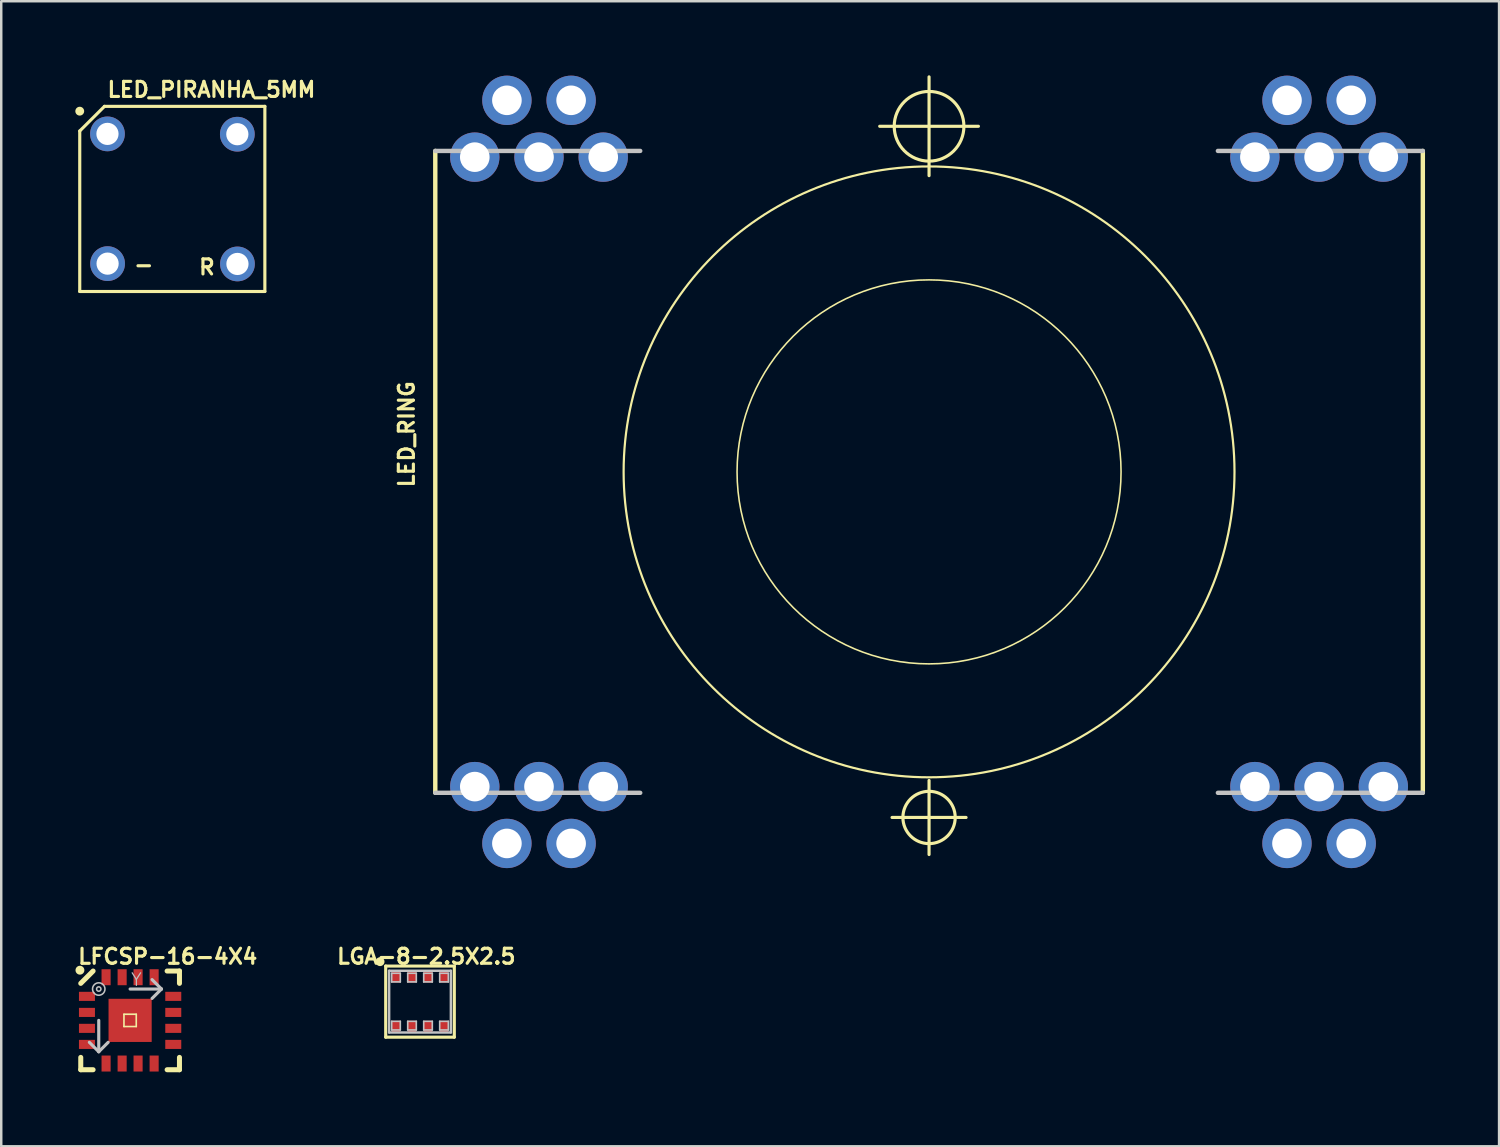
<source format=kicad_pcb>
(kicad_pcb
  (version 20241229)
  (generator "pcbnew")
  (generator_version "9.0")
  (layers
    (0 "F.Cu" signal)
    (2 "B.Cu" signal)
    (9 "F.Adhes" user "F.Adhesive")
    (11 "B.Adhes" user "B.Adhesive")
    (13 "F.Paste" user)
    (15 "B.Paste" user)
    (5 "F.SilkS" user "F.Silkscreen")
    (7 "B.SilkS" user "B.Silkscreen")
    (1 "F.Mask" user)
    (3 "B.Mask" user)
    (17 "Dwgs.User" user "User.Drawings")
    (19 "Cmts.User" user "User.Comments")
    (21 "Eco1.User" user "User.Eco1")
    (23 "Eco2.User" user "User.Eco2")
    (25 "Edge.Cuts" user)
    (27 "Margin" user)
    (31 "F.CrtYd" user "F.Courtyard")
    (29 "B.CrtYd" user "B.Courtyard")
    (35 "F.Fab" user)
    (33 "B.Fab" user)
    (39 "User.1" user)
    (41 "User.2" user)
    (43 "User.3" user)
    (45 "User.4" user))
  (footprint "LED_RING"
    (layer "F.Cu")
    (at 34.581 16.063)
    (property "Reference" "LED_RING" (at -21.163 -1.524 90) (layer "F.SilkS") (effects (font (size 0.61 0.61) (thickness 0.127))))
    (attr exclude_from_pos_files exclude_from_bom)
    (fp_line (start -20 13) (end -20 -13) (stroke (width 0.178) (type solid)) (layer "F.SilkS"))
    (fp_line (start -1.999 -13.998) (end 1.999 -13.998) (stroke (width 0.127) (type solid)) (layer "F.SilkS"))
    (fp_line (start -1.499 13.998) (end 1.499 13.998) (stroke (width 0.127) (type solid)) (layer "F.SilkS"))
    (fp_line (start 0 -11.999) (end 0 -15.999) (stroke (width 0.127) (type solid)) (layer "F.SilkS"))
    (fp_line (start 0 15.499) (end 0 12.499) (stroke (width 0.127) (type solid)) (layer "F.SilkS"))
    (fp_line (start 20 13) (end 20 -13) (stroke (width 0.178) (type solid)) (layer "F.SilkS"))
    (fp_circle (center 0 -13.998) (end -0.998 -14.996) (stroke (width 0.127) (type solid)) (fill no) (layer "F.SilkS"))
    (fp_circle (center 0 0) (end -8.748 8.748) (stroke (width 0.089) (type solid)) (fill no) (layer "F.SilkS"))
    (fp_circle (center 0 0) (end -5.499 5.499) (stroke (width 0.064) (type solid)) (fill no) (layer "F.SilkS"))
    (fp_circle (center 0 13.998) (end -0.749 14.747) (stroke (width 0.127) (type solid)) (fill no) (layer "F.SilkS"))
    (fp_line (start -20 -13) (end -11.699 -13) (stroke (width 0.178) (type solid)) (layer "Dwgs.User"))
    (fp_line (start -20 13) (end -11.699 13) (stroke (width 0.178) (type solid)) (layer "Dwgs.User"))
    (fp_line (start 20 -13) (end 11.699 -13) (stroke (width 0.178) (type solid)) (layer "Dwgs.User"))
    (fp_line (start 20 13) (end 11.699 13) (stroke (width 0.178) (type solid)) (layer "Dwgs.User"))
    (pad "1" thru_hole circle (at 13.198 -12.748) (size 1.999 1.999) (drill 1.199) (layers "*.Cu" "*.Paste" "*.Mask"))
    (pad "2" thru_hole circle (at 14.498 -15.05) (size 1.999 1.999) (drill 1.199) (layers "*.Cu" "*.Paste" "*.Mask"))
    (pad "3" thru_hole circle (at 15.799 -12.748) (size 1.999 1.999) (drill 1.199) (layers "*.Cu" "*.Paste" "*.Mask"))
    (pad "4" thru_hole circle (at 17.099 -15.05) (size 1.999 1.999) (drill 1.199) (layers "*.Cu" "*.Paste" "*.Mask"))
    (pad "5" thru_hole circle (at 17.099 15.05) (size 1.999 1.999) (drill 1.199) (layers "*.Cu" "*.Paste" "*.Mask"))
    (pad "6" thru_hole circle (at 15.799 12.748) (size 1.999 1.999) (drill 1.199) (layers "*.Cu" "*.Paste" "*.Mask"))
    (pad "7" thru_hole circle (at 14.498 15.05) (size 1.999 1.999) (drill 1.199) (layers "*.Cu" "*.Paste" "*.Mask"))
    (pad "8" thru_hole circle (at 13.198 12.748) (size 1.999 1.999) (drill 1.199) (layers "*.Cu" "*.Paste" "*.Mask"))
    (pad "9" thru_hole circle (at -13.198 12.748) (size 1.999 1.999) (drill 1.199) (layers "*.Cu" "*.Paste" "*.Mask"))
    (pad "10" thru_hole circle (at -14.498 15.05) (size 1.999 1.999) (drill 1.199) (layers "*.Cu" "*.Paste" "*.Mask"))
    (pad "11" thru_hole circle (at -15.799 12.748) (size 1.999 1.999) (drill 1.199) (layers "*.Cu" "*.Paste" "*.Mask"))
    (pad "12" thru_hole circle (at -17.099 15.05) (size 1.999 1.999) (drill 1.199) (layers "*.Cu" "*.Paste" "*.Mask"))
    (pad "13" thru_hole circle (at -17.099 -15.05) (size 1.999 1.999) (drill 1.199) (layers "*.Cu" "*.Paste" "*.Mask"))
    (pad "14" thru_hole circle (at -15.799 -12.748) (size 1.999 1.999) (drill 1.199) (layers "*.Cu" "*.Paste" "*.Mask"))
    (pad "15" thru_hole circle (at -14.498 -15.05) (size 1.999 1.999) (drill 1.199) (layers "*.Cu" "*.Paste" "*.Mask"))
    (pad "16" thru_hole circle (at -13.198 -12.748) (size 1.999 1.999) (drill 1.199) (layers "*.Cu" "*.Paste" "*.Mask"))
    (pad "COM0" thru_hole circle (at 18.4 -12.748) (size 1.999 1.999) (drill 1.199) (layers "*.Cu" "*.Paste" "*.Mask"))
    (pad "COM1" thru_hole circle (at 18.4 12.748) (size 1.999 1.999) (drill 1.199) (layers "*.Cu" "*.Paste" "*.Mask"))
    (pad "COM2" thru_hole circle (at -18.4 12.748) (size 1.999 1.999) (drill 1.199) (layers "*.Cu" "*.Paste" "*.Mask"))
    (pad "COM3" thru_hole circle (at -18.4 -12.748) (size 1.999 1.999) (drill 1.199) (layers "*.Cu" "*.Paste" "*.Mask")))
  (footprint "LFCSP-16-4X4"
    (layer "F.Cu")
    (at 2.22 38.28)
    (property "Reference" "LFCSP-16-4X4" (at 1.524 -2.588 0) (layer "F.SilkS") (effects (font (size 0.61 0.61) (thickness 0.127))))
    (attr smd)
    (fp_line (start -1.999 1.999) (end -1.999 1.499) (stroke (width 0.203) (type solid)) (layer "F.SilkS"))
    (fp_line (start -1.499 -1.999) (end -1.999 -1.499) (stroke (width 0.203) (type solid)) (layer "F.SilkS"))
    (fp_line (start -1.499 1.999) (end -1.999 1.999) (stroke (width 0.203) (type solid)) (layer "F.SilkS"))
    (fp_line (start -0.249 -0.249) (end 0.249 -0.249) (stroke (width 0.066) (type solid)) (layer "F.SilkS"))
    (fp_line (start -0.249 0.249) (end -0.249 -0.249) (stroke (width 0.066) (type solid)) (layer "F.SilkS"))
    (fp_line (start -0.249 0.249) (end 0.249 0.249) (stroke (width 0.066) (type solid)) (layer "F.SilkS"))
    (fp_line (start 0.249 0.249) (end 0.249 -0.249) (stroke (width 0.066) (type solid)) (layer "F.SilkS"))
    (fp_line (start 1.499 -1.999) (end 1.999 -1.999) (stroke (width 0.203) (type solid)) (layer "F.SilkS"))
    (fp_line (start 1.999 -1.999) (end 1.999 -1.499) (stroke (width 0.203) (type solid)) (layer "F.SilkS"))
    (fp_line (start 1.999 1.499) (end 1.999 1.999) (stroke (width 0.203) (type solid)) (layer "F.SilkS"))
    (fp_line (start 1.999 1.999) (end 1.499 1.999) (stroke (width 0.203) (type solid)) (layer "F.SilkS"))
    (fp_circle (center -2.032 -2.032) (end -2.159 -2.159) (stroke (width 0) (type solid)) (fill yes) (layer "F.SilkS"))
    (fp_line (start -1.27 0) (end -1.27 1.27) (stroke (width 0.127) (type solid)) (layer "Dwgs.User"))
    (fp_line (start -1.27 1.27) (end -1.651 0.889) (stroke (width 0.127) (type solid)) (layer "Dwgs.User"))
    (fp_line (start -1.27 1.27) (end -0.889 0.889) (stroke (width 0.127) (type solid)) (layer "Dwgs.User"))
    (fp_line (start 0 -1.27) (end 1.27 -1.27) (stroke (width 0.127) (type solid)) (layer "Dwgs.User"))
    (fp_line (start 1.27 -1.27) (end 0.889 -1.651) (stroke (width 0.127) (type solid)) (layer "Dwgs.User"))
    (fp_line (start 1.27 -1.27) (end 0.889 -0.889) (stroke (width 0.127) (type solid)) (layer "Dwgs.User"))
    (fp_circle (center -1.27 -1.27) (end -1.448 -1.448) (stroke (width 0.064) (type solid)) (fill no) (layer "Dwgs.User"))
    (fp_circle (center -1.27 -1.27) (end -1.333 -1.333) (stroke (width 0.064) (type solid)) (fill no) (layer "Dwgs.User"))
    (fp_text user "Y" (at 0.254 -1.651 0) (layer "Dwgs.User") (effects (font (size 0.508 0.508) (thickness 0.051))))
    (pad "0" smd rect (at 0 0 180) (size 1.748 1.748) (layers "F.Cu" "F.Mask" "F.Paste"))
    (pad "1" smd rect (at -1.748 -0.973 270) (size 0.368 0.648) (layers "F.Cu" "F.Mask" "F.Paste"))
    (pad "2" smd rect (at -1.748 -0.323 270) (size 0.368 0.648) (layers "F.Cu" "F.Mask" "F.Paste"))
    (pad "3" smd rect (at -1.748 0.323 270) (size 0.368 0.648) (layers "F.Cu" "F.Mask" "F.Paste"))
    (pad "4" smd rect (at -1.748 0.973 270) (size 0.368 0.648) (layers "F.Cu" "F.Mask" "F.Paste"))
    (pad "5" smd rect (at -0.973 1.748 180) (size 0.368 0.648) (layers "F.Cu" "F.Mask" "F.Paste"))
    (pad "6" smd rect (at -0.323 1.748 180) (size 0.368 0.648) (layers "F.Cu" "F.Mask" "F.Paste"))
    (pad "7" smd rect (at 0.323 1.748 180) (size 0.368 0.648) (layers "F.Cu" "F.Mask" "F.Paste"))
    (pad "8" smd rect (at 0.973 1.748 180) (size 0.368 0.648) (layers "F.Cu" "F.Mask" "F.Paste"))
    (pad "9" smd rect (at 1.748 0.973 90) (size 0.368 0.648) (layers "F.Cu" "F.Mask" "F.Paste"))
    (pad "10" smd rect (at 1.748 0.323 90) (size 0.368 0.648) (layers "F.Cu" "F.Mask" "F.Paste"))
    (pad "11" smd rect (at 1.748 -0.323 90) (size 0.368 0.648) (layers "F.Cu" "F.Mask" "F.Paste"))
    (pad "12" smd rect (at 1.748 -0.973 90) (size 0.368 0.648) (layers "F.Cu" "F.Mask" "F.Paste"))
    (pad "13" smd rect (at 0.973 -1.748) (size 0.368 0.648) (layers "F.Cu" "F.Mask" "F.Paste"))
    (pad "14" smd rect (at 0.323 -1.748) (size 0.368 0.648) (layers "F.Cu" "F.Mask" "F.Paste"))
    (pad "15" smd rect (at -0.323 -1.748) (size 0.368 0.648) (layers "F.Cu" "F.Mask" "F.Paste"))
    (pad "16" smd rect (at -0.973 -1.748) (size 0.368 0.648) (layers "F.Cu" "F.Mask" "F.Paste")))
  (footprint "LED_PIRANHA_5MM"
    (layer "F.Cu")
    (at 3.99 4.946)
    (property "Reference" "LED_PIRANHA_5MM" (at 1.524 -4.366 0) (layer "F.SilkS") (effects (font (size 0.61 0.61) (thickness 0.127))))
    (attr exclude_from_pos_files exclude_from_bom)
    (fp_line (start -3.81 -2.69) (end -3.81 3.81) (stroke (width 0.127) (type solid)) (layer "F.SilkS"))
    (fp_line (start -3.81 3.81) (end 3.688 3.81) (stroke (width 0.127) (type solid)) (layer "F.SilkS"))
    (fp_line (start -2.809 -3.688) (end -3.81 -2.69) (stroke (width 0.127) (type solid)) (layer "F.SilkS"))
    (fp_line (start 3.688 -3.688) (end -2.809 -3.688) (stroke (width 0.127) (type solid)) (layer "F.SilkS"))
    (fp_line (start 3.688 3.81) (end 3.688 -3.688) (stroke (width 0.127) (type solid)) (layer "F.SilkS"))
    (fp_circle (center -3.81 -3.493) (end -3.937 -3.619) (stroke (width 0) (type solid)) (fill yes) (layer "F.SilkS"))
    (fp_text user "-" (at -1.219 2.725 0) (layer "F.SilkS") (effects (font (size 0.61 0.61) (thickness 0.127))))
    (fp_text user "R" (at 1.341 2.824 0) (layer "F.SilkS") (effects (font (size 0.61 0.61) (thickness 0.127))))
    (pad "-" thru_hole circle (at -2.682 2.682) (size 1.407 1.407) (drill 0.899) (layers "*.Cu" "*.Paste" "*.Mask"))
    (pad "B" thru_hole circle (at -2.687 -2.573) (size 1.407 1.407) (drill 0.899) (layers "*.Cu" "*.Paste" "*.Mask"))
    (pad "G" thru_hole circle (at 2.573 -2.56) (size 1.407 1.407) (drill 0.899) (layers "*.Cu" "*.Paste" "*.Mask"))
    (pad "R" thru_hole circle (at 2.578 2.695) (size 1.407 1.407) (drill 0.899) (layers "*.Cu" "*.Paste" "*.Mask")))
  (footprint "LGA-8-2.5X2.5"
    (layer "F.Cu")
    (at 13.962 37.52)
    (property "Reference" "LGA-8-2.5X2.5" (at 0.254 -1.829 0) (layer "F.SilkS") (effects (font (size 0.61 0.61) (thickness 0.127))))
    (attr smd)
    (fp_line (start -1.389 -1.44) (end 1.389 -1.44) (stroke (width 0.127) (type solid)) (layer "F.SilkS"))
    (fp_line (start -1.389 1.44) (end -1.389 -1.44) (stroke (width 0.127) (type solid)) (layer "F.SilkS"))
    (fp_line (start 1.389 -1.44) (end 1.389 1.44) (stroke (width 0.127) (type solid)) (layer "F.SilkS"))
    (fp_line (start 1.389 1.44) (end -1.389 1.44) (stroke (width 0.127) (type solid)) (layer "F.SilkS"))
    (fp_circle (center -1.618 -1.618) (end -1.745 -1.745) (stroke (width 0) (type solid)) (fill yes) (layer "F.SilkS"))
    (fp_line (start -1.25 -1.25) (end -1.25 1.25) (stroke (width 0.1) (type solid)) (layer "Dwgs.User"))
    (fp_line (start -1.25 1.25) (end 1.25 1.25) (stroke (width 0.1) (type solid)) (layer "Dwgs.User"))
    (fp_line (start -1.148 -1.148) (end -0.798 -1.148) (stroke (width 0.066) (type solid)) (layer "Dwgs.User"))
    (fp_line (start -1.148 -0.798) (end -1.148 -1.148) (stroke (width 0.066) (type solid)) (layer "Dwgs.User"))
    (fp_line (start -1.148 -0.798) (end -0.798 -0.798) (stroke (width 0.066) (type solid)) (layer "Dwgs.User"))
    (fp_line (start -1.148 0.798) (end -0.798 0.798) (stroke (width 0.066) (type solid)) (layer "Dwgs.User"))
    (fp_line (start -1.148 1.148) (end -1.148 0.798) (stroke (width 0.066) (type solid)) (layer "Dwgs.User"))
    (fp_line (start -1.148 1.148) (end -0.798 1.148) (stroke (width 0.066) (type solid)) (layer "Dwgs.User"))
    (fp_line (start -0.798 -0.798) (end -0.798 -1.148) (stroke (width 0.066) (type solid)) (layer "Dwgs.User"))
    (fp_line (start -0.798 1.148) (end -0.798 0.798) (stroke (width 0.066) (type solid)) (layer "Dwgs.User"))
    (fp_line (start -0.498 -1.148) (end -0.15 -1.148) (stroke (width 0.066) (type solid)) (layer "Dwgs.User"))
    (fp_line (start -0.498 -0.798) (end -0.498 -1.148) (stroke (width 0.066) (type solid)) (layer "Dwgs.User"))
    (fp_line (start -0.498 -0.798) (end -0.15 -0.798) (stroke (width 0.066) (type solid)) (layer "Dwgs.User"))
    (fp_line (start -0.498 0.798) (end -0.15 0.798) (stroke (width 0.066) (type solid)) (layer "Dwgs.User"))
    (fp_line (start -0.498 1.148) (end -0.498 0.798) (stroke (width 0.066) (type solid)) (layer "Dwgs.User"))
    (fp_line (start -0.498 1.148) (end -0.15 1.148) (stroke (width 0.066) (type solid)) (layer "Dwgs.User"))
    (fp_line (start -0.15 -0.798) (end -0.15 -1.148) (stroke (width 0.066) (type solid)) (layer "Dwgs.User"))
    (fp_line (start -0.15 1.148) (end -0.15 0.798) (stroke (width 0.066) (type solid)) (layer "Dwgs.User"))
    (fp_line (start 0.15 -1.148) (end 0.498 -1.148) (stroke (width 0.066) (type solid)) (layer "Dwgs.User"))
    (fp_line (start 0.15 -0.798) (end 0.15 -1.148) (stroke (width 0.066) (type solid)) (layer "Dwgs.User"))
    (fp_line (start 0.15 -0.798) (end 0.498 -0.798) (stroke (width 0.066) (type solid)) (layer "Dwgs.User"))
    (fp_line (start 0.15 0.798) (end 0.498 0.798) (stroke (width 0.066) (type solid)) (layer "Dwgs.User"))
    (fp_line (start 0.15 1.148) (end 0.15 0.798) (stroke (width 0.066) (type solid)) (layer "Dwgs.User"))
    (fp_line (start 0.15 1.148) (end 0.498 1.148) (stroke (width 0.066) (type solid)) (layer "Dwgs.User"))
    (fp_line (start 0.498 -0.798) (end 0.498 -1.148) (stroke (width 0.066) (type solid)) (layer "Dwgs.User"))
    (fp_line (start 0.498 1.148) (end 0.498 0.798) (stroke (width 0.066) (type solid)) (layer "Dwgs.User"))
    (fp_line (start 0.798 -1.148) (end 1.148 -1.148) (stroke (width 0.066) (type solid)) (layer "Dwgs.User"))
    (fp_line (start 0.798 -0.798) (end 0.798 -1.148) (stroke (width 0.066) (type solid)) (layer "Dwgs.User"))
    (fp_line (start 0.798 -0.798) (end 1.148 -0.798) (stroke (width 0.066) (type solid)) (layer "Dwgs.User"))
    (fp_line (start 0.798 0.798) (end 1.148 0.798) (stroke (width 0.066) (type solid)) (layer "Dwgs.User"))
    (fp_line (start 0.798 1.148) (end 0.798 0.798) (stroke (width 0.066) (type solid)) (layer "Dwgs.User"))
    (fp_line (start 0.798 1.148) (end 1.148 1.148) (stroke (width 0.066) (type solid)) (layer "Dwgs.User"))
    (fp_line (start 1.148 -0.798) (end 1.148 -1.148) (stroke (width 0.066) (type solid)) (layer "Dwgs.User"))
    (fp_line (start 1.148 1.148) (end 1.148 0.798) (stroke (width 0.066) (type solid)) (layer "Dwgs.User"))
    (fp_line (start 1.25 -1.25) (end -1.25 -1.25) (stroke (width 0.1) (type solid)) (layer "Dwgs.User"))
    (fp_line (start 1.25 1.25) (end 1.25 -1.25) (stroke (width 0.1) (type solid)) (layer "Dwgs.User"))
    (pad "1" smd rect (at -0.973 -1.024 90) (size 0.498 0.348) (layers "F.Cu" "F.Mask" "F.Paste"))
    (pad "2" smd rect (at -0.323 -1.024 90) (size 0.498 0.348) (layers "F.Cu" "F.Mask" "F.Paste"))
    (pad "3" smd rect (at 0.323 -1.024 90) (size 0.498 0.348) (layers "F.Cu" "F.Mask" "F.Paste"))
    (pad "4" smd rect (at 0.973 -1.024 90) (size 0.498 0.348) (layers "F.Cu" "F.Mask" "F.Paste"))
    (pad "5" smd rect (at 0.973 1.024 90) (size 0.498 0.348) (layers "F.Cu" "F.Mask" "F.Paste"))
    (pad "6" smd rect (at 0.323 1.024 90) (size 0.498 0.348) (layers "F.Cu" "F.Mask" "F.Paste"))
    (pad "7" smd rect (at -0.323 1.024 90) (size 0.498 0.348) (layers "F.Cu" "F.Mask" "F.Paste"))
    (pad "8" smd rect (at -0.973 1.024 90) (size 0.498 0.348) (layers "F.Cu" "F.Mask" "F.Paste")))
  (gr_rect
    (start -3 -3)
    (end 57.669 43.38)
    (stroke (width 0.1) (type default))
    (fill no)
    (layer "Edge.Cuts")))
</source>
